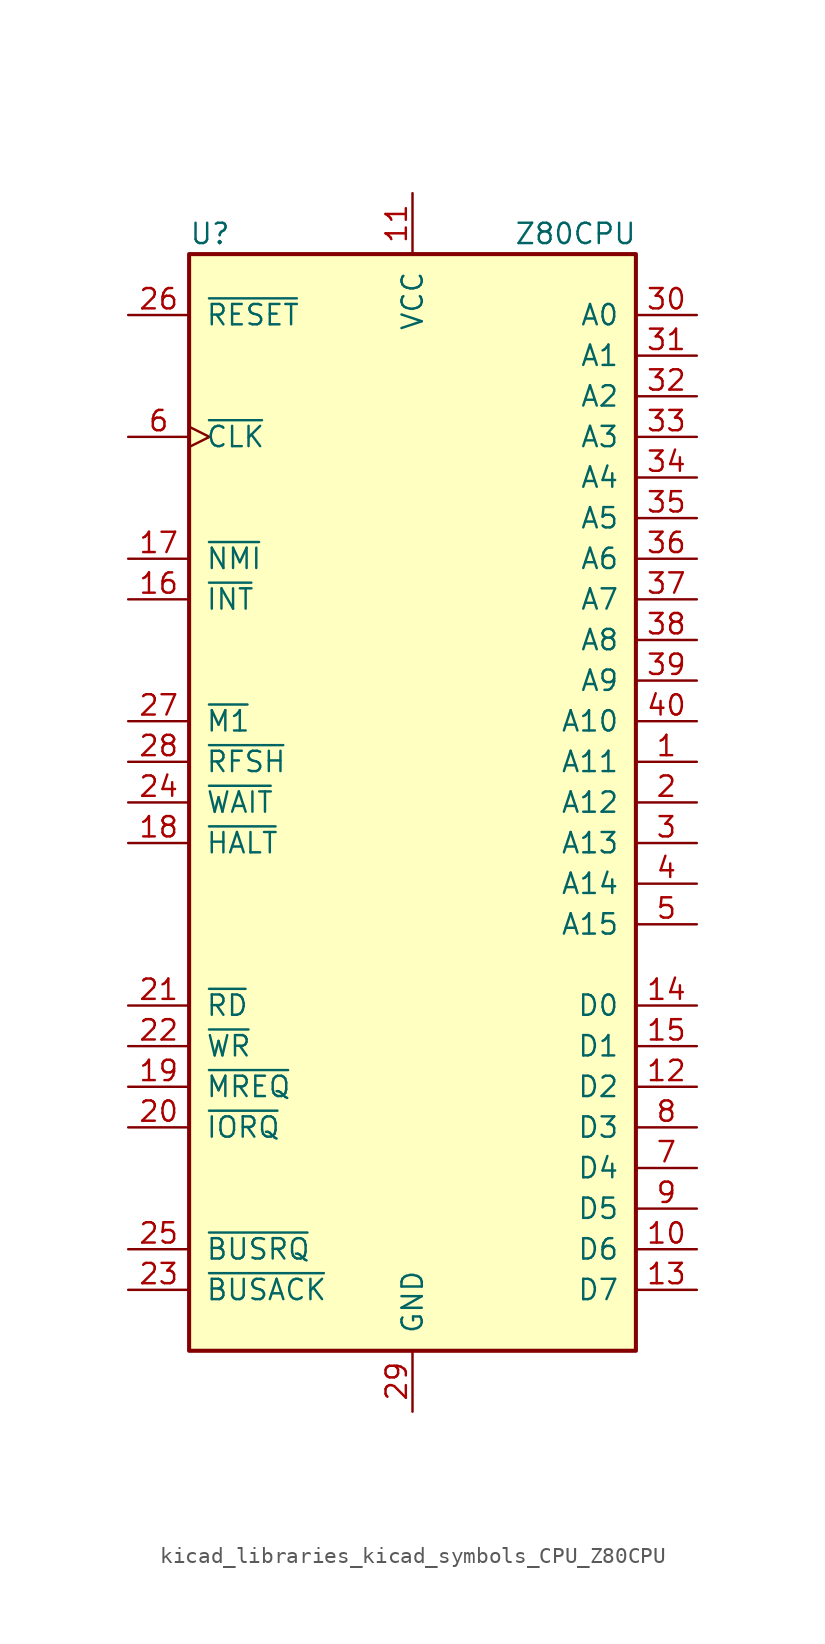
<source format=kicad_sym>
(kicad_symbol_lib
  (version 20220914)
  (generator kicad_symbol_editor)
  (symbol "kicad_libraries_kicad_symbols_CPU_Z80CPU"
    (pin_names
      (offset 1.016))
    (property "Reference" "U"
      (at -13.97 35.56 0)
      (effects (font (size 1.27 1.27)) (justify left)))
    (property "Value" "Z80CPU"
      (at 6.35 35.56 0)
      (effects (font (size 1.27 1.27)) (justify left)))
    (symbol "kicad_libraries_kicad_symbols_CPU_Z80CPU_0_1"
      (rectangle (start -13.97 34.29) (end 13.97 -34.29) (stroke (width 0.254) (type default)) (fill (type background))))
    (symbol "kicad_libraries_kicad_symbols_CPU_Z80CPU_1_1"
      (pin output line (at 17.78 2.54 180) (length 3.81) (name "A11" (effects (font (size 1.27 1.27)))) (number "1" (effects (font (size 1.27 1.27)))))
      (pin bidirectional line (at 17.78 -27.94 180) (length 3.81) (name "D6" (effects (font (size 1.27 1.27)))) (number "10" (effects (font (size 1.27 1.27)))))
      (pin power_in line (at 0 38.1 270) (length 3.81) (name "VCC" (effects (font (size 1.27 1.27)))) (number "11" (effects (font (size 1.27 1.27)))))
      (pin bidirectional line (at 17.78 -17.78 180) (length 3.81) (name "D2" (effects (font (size 1.27 1.27)))) (number "12" (effects (font (size 1.27 1.27)))))
      (pin bidirectional line (at 17.78 -30.48 180) (length 3.81) (name "D7" (effects (font (size 1.27 1.27)))) (number "13" (effects (font (size 1.27 1.27)))))
      (pin bidirectional line (at 17.78 -12.7 180) (length 3.81) (name "D0" (effects (font (size 1.27 1.27)))) (number "14" (effects (font (size 1.27 1.27)))))
      (pin bidirectional line (at 17.78 -15.24 180) (length 3.81) (name "D1" (effects (font (size 1.27 1.27)))) (number "15" (effects (font (size 1.27 1.27)))))
      (pin input line (at -17.78 12.7 0) (length 3.81) (name "~{INT}" (effects (font (size 1.27 1.27)))) (number "16" (effects (font (size 1.27 1.27)))))
      (pin input line (at -17.78 15.24 0) (length 3.81) (name "~{NMI}" (effects (font (size 1.27 1.27)))) (number "17" (effects (font (size 1.27 1.27)))))
      (pin output line (at -17.78 -2.54 0) (length 3.81) (name "~{HALT}" (effects (font (size 1.27 1.27)))) (number "18" (effects (font (size 1.27 1.27)))))
      (pin output line (at -17.78 -17.78 0) (length 3.81) (name "~{MREQ}" (effects (font (size 1.27 1.27)))) (number "19" (effects (font (size 1.27 1.27)))))
      (pin output line (at 17.78 0 180) (length 3.81) (name "A12" (effects (font (size 1.27 1.27)))) (number "2" (effects (font (size 1.27 1.27)))))
      (pin output line (at -17.78 -20.32 0) (length 3.81) (name "~{IORQ}" (effects (font (size 1.27 1.27)))) (number "20" (effects (font (size 1.27 1.27)))))
      (pin output line (at -17.78 -12.7 0) (length 3.81) (name "~{RD}" (effects (font (size 1.27 1.27)))) (number "21" (effects (font (size 1.27 1.27)))))
      (pin output line (at -17.78 -15.24 0) (length 3.81) (name "~{WR}" (effects (font (size 1.27 1.27)))) (number "22" (effects (font (size 1.27 1.27)))))
      (pin output line (at -17.78 -30.48 0) (length 3.81) (name "~{BUSACK}" (effects (font (size 1.27 1.27)))) (number "23" (effects (font (size 1.27 1.27)))))
      (pin input line (at -17.78 0 0) (length 3.81) (name "~{WAIT}" (effects (font (size 1.27 1.27)))) (number "24" (effects (font (size 1.27 1.27)))))
      (pin input line (at -17.78 -27.94 0) (length 3.81) (name "~{BUSRQ}" (effects (font (size 1.27 1.27)))) (number "25" (effects (font (size 1.27 1.27)))))
      (pin input line (at -17.78 30.48 0) (length 3.81) (name "~{RESET}" (effects (font (size 1.27 1.27)))) (number "26" (effects (font (size 1.27 1.27)))))
      (pin output line (at -17.78 5.08 0) (length 3.81) (name "~{M1}" (effects (font (size 1.27 1.27)))) (number "27" (effects (font (size 1.27 1.27)))))
      (pin output line (at -17.78 2.54 0) (length 3.81) (name "~{RFSH}" (effects (font (size 1.27 1.27)))) (number "28" (effects (font (size 1.27 1.27)))))
      (pin power_in line (at 0 -38.1 90) (length 3.81) (name "GND" (effects (font (size 1.27 1.27)))) (number "29" (effects (font (size 1.27 1.27)))))
      (pin output line (at 17.78 -2.54 180) (length 3.81) (name "A13" (effects (font (size 1.27 1.27)))) (number "3" (effects (font (size 1.27 1.27)))))
      (pin output line (at 17.78 30.48 180) (length 3.81) (name "A0" (effects (font (size 1.27 1.27)))) (number "30" (effects (font (size 1.27 1.27)))))
      (pin output line (at 17.78 27.94 180) (length 3.81) (name "A1" (effects (font (size 1.27 1.27)))) (number "31" (effects (font (size 1.27 1.27)))))
      (pin output line (at 17.78 25.4 180) (length 3.81) (name "A2" (effects (font (size 1.27 1.27)))) (number "32" (effects (font (size 1.27 1.27)))))
      (pin output line (at 17.78 22.86 180) (length 3.81) (name "A3" (effects (font (size 1.27 1.27)))) (number "33" (effects (font (size 1.27 1.27)))))
      (pin output line (at 17.78 20.32 180) (length 3.81) (name "A4" (effects (font (size 1.27 1.27)))) (number "34" (effects (font (size 1.27 1.27)))))
      (pin output line (at 17.78 17.78 180) (length 3.81) (name "A5" (effects (font (size 1.27 1.27)))) (number "35" (effects (font (size 1.27 1.27)))))
      (pin output line (at 17.78 15.24 180) (length 3.81) (name "A6" (effects (font (size 1.27 1.27)))) (number "36" (effects (font (size 1.27 1.27)))))
      (pin output line (at 17.78 12.7 180) (length 3.81) (name "A7" (effects (font (size 1.27 1.27)))) (number "37" (effects (font (size 1.27 1.27)))))
      (pin output line (at 17.78 10.16 180) (length 3.81) (name "A8" (effects (font (size 1.27 1.27)))) (number "38" (effects (font (size 1.27 1.27)))))
      (pin output line (at 17.78 7.62 180) (length 3.81) (name "A9" (effects (font (size 1.27 1.27)))) (number "39" (effects (font (size 1.27 1.27)))))
      (pin output line (at 17.78 -5.08 180) (length 3.81) (name "A14" (effects (font (size 1.27 1.27)))) (number "4" (effects (font (size 1.27 1.27)))))
      (pin output line (at 17.78 5.08 180) (length 3.81) (name "A10" (effects (font (size 1.27 1.27)))) (number "40" (effects (font (size 1.27 1.27)))))
      (pin output line (at 17.78 -7.62 180) (length 3.81) (name "A15" (effects (font (size 1.27 1.27)))) (number "5" (effects (font (size 1.27 1.27)))))
      (pin input clock (at -17.78 22.86 0) (length 3.81) (name "~{CLK}" (effects (font (size 1.27 1.27)))) (number "6" (effects (font (size 1.27 1.27)))))
      (pin bidirectional line (at 17.78 -22.86 180) (length 3.81) (name "D4" (effects (font (size 1.27 1.27)))) (number "7" (effects (font (size 1.27 1.27)))))
      (pin bidirectional line (at 17.78 -20.32 180) (length 3.81) (name "D3" (effects (font (size 1.27 1.27)))) (number "8" (effects (font (size 1.27 1.27)))))
      (pin bidirectional line (at 17.78 -25.4 180) (length 3.81) (name "D5" (effects (font (size 1.27 1.27)))) (number "9" (effects (font (size 1.27 1.27))))))))
</source>
